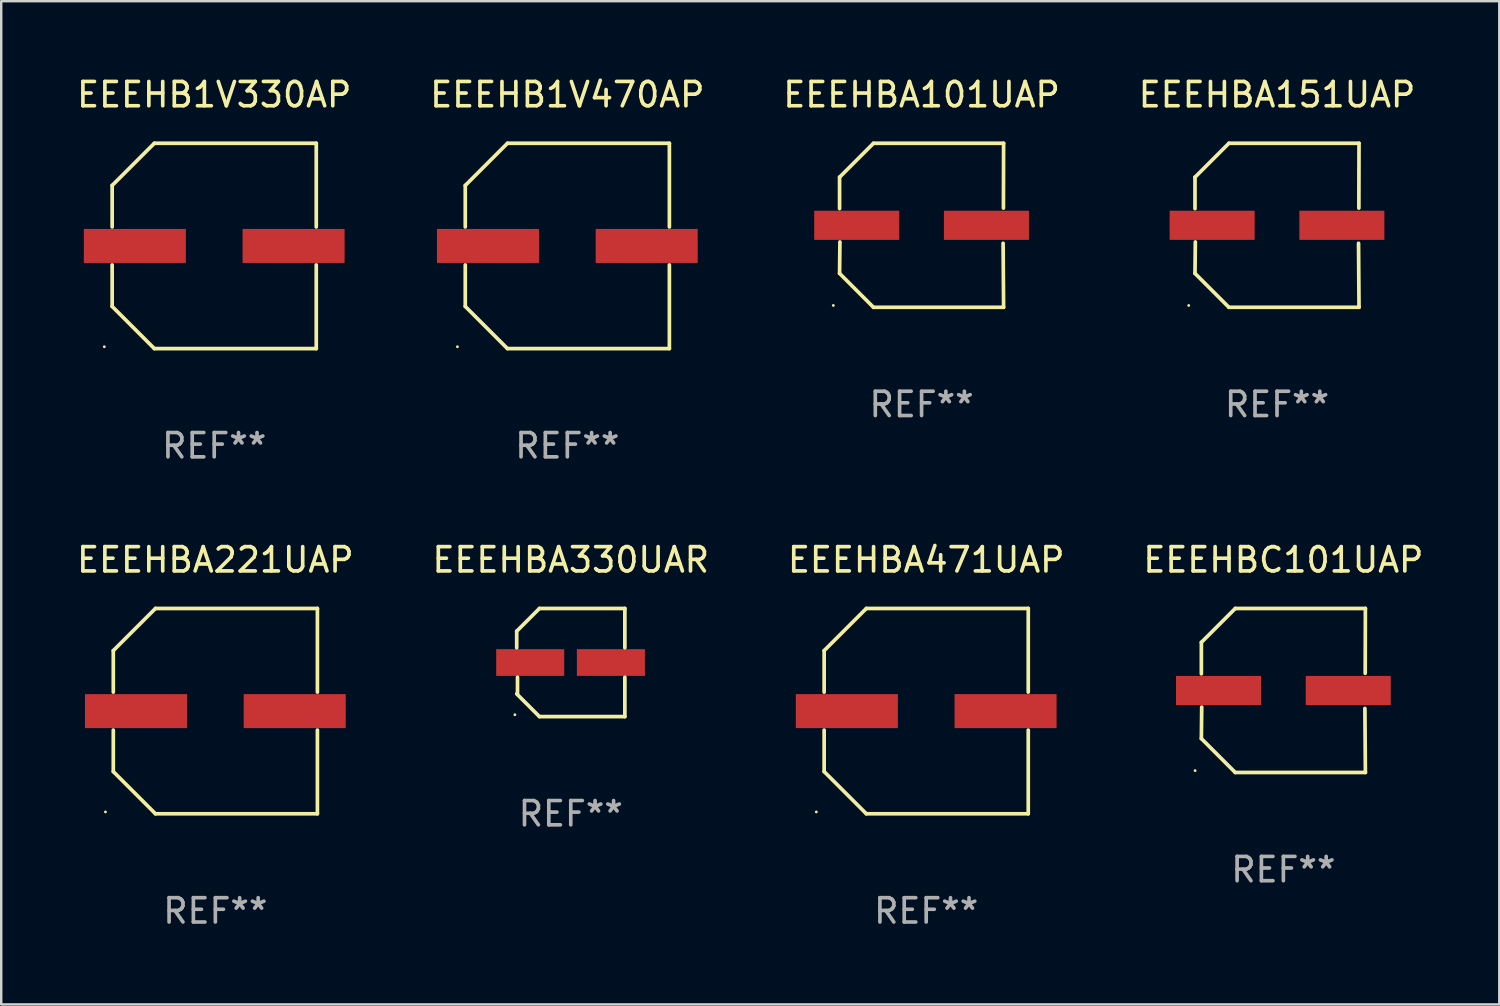
<source format=kicad_pcb>
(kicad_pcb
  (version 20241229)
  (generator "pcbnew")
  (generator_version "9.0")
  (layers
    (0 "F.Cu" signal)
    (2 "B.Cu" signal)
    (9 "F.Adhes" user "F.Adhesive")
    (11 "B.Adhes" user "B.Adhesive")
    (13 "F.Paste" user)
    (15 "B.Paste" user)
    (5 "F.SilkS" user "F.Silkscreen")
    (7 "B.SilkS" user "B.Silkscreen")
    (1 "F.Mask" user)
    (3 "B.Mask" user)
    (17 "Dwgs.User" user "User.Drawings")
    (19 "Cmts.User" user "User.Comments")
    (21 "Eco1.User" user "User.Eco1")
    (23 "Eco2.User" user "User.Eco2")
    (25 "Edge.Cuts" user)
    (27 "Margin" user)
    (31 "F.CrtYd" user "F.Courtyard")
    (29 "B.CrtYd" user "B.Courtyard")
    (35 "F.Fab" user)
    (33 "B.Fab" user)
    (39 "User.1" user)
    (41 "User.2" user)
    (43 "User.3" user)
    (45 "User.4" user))
  (footprint "EEEHBA330UAR"
    (layer "F.Cu")
    (at 20.446 24.223)
    (property "Reference" "EEEHBA330UAR" (at 0 -4.226 0) (layer "F.SilkS") (effects (font (size 1 1) (thickness 0.15))))
    (attr through_hole)
    (fp_line (start -2.226 -1.29) (end -2.226 -0.607) (stroke (width 0.152) (type solid)) (layer "F.SilkS"))
    (fp_line (start -2.193 1.29) (end -2.193 0.607) (stroke (width 0.152) (type solid)) (layer "F.SilkS"))
    (fp_line (start -1.29 2.226) (end -2.226 1.29) (stroke (width 0.152) (type solid)) (layer "F.SilkS"))
    (fp_line (start -1.29 -2.226) (end -2.226 -1.29) (stroke (width 0.152) (type solid)) (layer "F.SilkS"))
    (fp_line (start 2.226 -2.226) (end -1.29 -2.226) (stroke (width 0.152) (type solid)) (layer "F.SilkS"))
    (fp_line (start 2.226 -0.607) (end 2.226 -2.226) (stroke (width 0.152) (type solid)) (layer "F.SilkS"))
    (fp_line (start 2.226 0.607) (end 2.226 2.226) (stroke (width 0.152) (type solid)) (layer "F.SilkS"))
    (fp_line (start 2.226 2.226) (end -1.29 2.226) (stroke (width 0.152) (type solid)) (layer "F.SilkS"))
    (fp_circle (center -2.3 2.15) (end -2.27 2.15) (stroke (width 0.06) (type solid)) (fill no) (layer "F.SilkS"))
    (fp_text user "REF**" (at 0 6.226 0) (layer "F.Fab") (effects (font (size 1 1) (thickness 0.15))))
    (pad "1" smd rect (at -1.67 -0.000025) (size 2.8 1.1) (layers "F.Cu" "F.Mask" "F.Paste"))
    (pad "2" smd rect (at 1.651 -0.000025) (size 2.8 1.1) (layers "F.Cu" "F.Mask" "F.Paste")))
  (footprint "EEEHB1V330AP"
    (layer "F.Cu")
    (at 5.768 7.074)
    (property "Reference" "EEEHB1V330AP" (at 0 -6.226 0) (layer "F.SilkS") (effects (font (size 1 1) (thickness 0.15))))
    (attr through_hole)
    (fp_line (start -4.201 -2.49) (end -4.201 -0.782) (stroke (width 0.152) (type solid)) (layer "F.SilkS"))
    (fp_line (start -4.201 2.49) (end -4.201 0.782) (stroke (width 0.152) (type solid)) (layer "F.SilkS"))
    (fp_line (start -2.465 -4.226) (end -4.201 -2.49) (stroke (width 0.152) (type solid)) (layer "F.SilkS"))
    (fp_line (start -2.465 4.226) (end -4.201 2.49) (stroke (width 0.152) (type solid)) (layer "F.SilkS"))
    (fp_line (start 4.201 -4.226) (end -2.465 -4.226) (stroke (width 0.152) (type solid)) (layer "F.SilkS"))
    (fp_line (start 4.201 -0.782) (end 4.201 -4.226) (stroke (width 0.152) (type solid)) (layer "F.SilkS"))
    (fp_line (start 4.201 0.782) (end 4.201 4.226) (stroke (width 0.152) (type solid)) (layer "F.SilkS"))
    (fp_line (start 4.201 4.226) (end -2.465 4.226) (stroke (width 0.152) (type solid)) (layer "F.SilkS"))
    (fp_circle (center -4.524 4.15) (end -4.494 4.15) (stroke (width 0.06) (type solid)) (fill no) (layer "F.SilkS"))
    (fp_text user "REF**" (at 0 8.226 0) (layer "F.Fab") (effects (font (size 1 1) (thickness 0.15))))
    (pad "1" smd rect (at -3.267 0) (size 4.2 1.4) (layers "F.Cu" "F.Mask" "F.Paste"))
    (pad "2" smd rect (at 3.267 0) (size 4.2 1.4) (layers "F.Cu" "F.Mask" "F.Paste")))
  (footprint "EEEHBA101UAP"
    (layer "F.Cu")
    (at 34.887 6.224)
    (property "Reference" "EEEHBA101UAP" (at 0 -5.376 0) (layer "F.SilkS") (effects (font (size 1 1) (thickness 0.15))))
    (attr through_hole)
    (fp_line (start -3.376 -1.98) (end -3.376 -0.686) (stroke (width 0.152) (type solid)) (layer "F.SilkS"))
    (fp_line (start -3.376 1.981) (end -3.362 0.686) (stroke (width 0.152) (type solid)) (layer "F.SilkS"))
    (fp_line (start -1.981 3.376) (end -3.376 1.981) (stroke (width 0.152) (type solid)) (layer "F.SilkS"))
    (fp_line (start -1.98 -3.376) (end -3.376 -1.98) (stroke (width 0.152) (type solid)) (layer "F.SilkS"))
    (fp_line (start 3.356 0.74) (end 3.376 3.376) (stroke (width 0.152) (type solid)) (layer "F.SilkS"))
    (fp_line (start 3.369 -0.707) (end 3.376 -3.376) (stroke (width 0.152) (type solid)) (layer "F.SilkS"))
    (fp_line (start 3.376 3.376) (end -1.981 3.376) (stroke (width 0.152) (type solid)) (layer "F.SilkS"))
    (fp_line (start 3.376 -3.376) (end -1.98 -3.376) (stroke (width 0.152) (type solid)) (layer "F.SilkS"))
    (fp_circle (center -3.634 3.3) (end -3.604 3.3) (stroke (width 0.06) (type solid)) (fill no) (layer "F.SilkS"))
    (fp_text user "REF**" (at 0 7.376 0) (layer "F.Fab") (effects (font (size 1 1) (thickness 0.15))))
    (pad "1" smd rect (at -2.67 0.000254) (size 3.5 1.2) (layers "F.Cu" "F.Mask" "F.Paste"))
    (pad "2" smd rect (at 2.67 0.000254) (size 3.5 1.2) (layers "F.Cu" "F.Mask" "F.Paste")))
  (footprint "EEEHB1V470AP"
    (layer "F.Cu")
    (at 20.304 7.074)
    (property "Reference" "EEEHB1V470AP" (at 0 -6.226 0) (layer "F.SilkS") (effects (font (size 1 1) (thickness 0.15))))
    (attr through_hole)
    (fp_line (start -4.201 -2.49) (end -4.201 -0.782) (stroke (width 0.152) (type solid)) (layer "F.SilkS"))
    (fp_line (start -4.201 2.49) (end -4.201 0.782) (stroke (width 0.152) (type solid)) (layer "F.SilkS"))
    (fp_line (start -2.465 -4.226) (end -4.201 -2.49) (stroke (width 0.152) (type solid)) (layer "F.SilkS"))
    (fp_line (start -2.465 4.226) (end -4.201 2.49) (stroke (width 0.152) (type solid)) (layer "F.SilkS"))
    (fp_line (start 4.201 -4.226) (end -2.465 -4.226) (stroke (width 0.152) (type solid)) (layer "F.SilkS"))
    (fp_line (start 4.201 -0.782) (end 4.201 -4.226) (stroke (width 0.152) (type solid)) (layer "F.SilkS"))
    (fp_line (start 4.201 0.782) (end 4.201 4.226) (stroke (width 0.152) (type solid)) (layer "F.SilkS"))
    (fp_line (start 4.201 4.226) (end -2.465 4.226) (stroke (width 0.152) (type solid)) (layer "F.SilkS"))
    (fp_circle (center -4.524 4.15) (end -4.494 4.15) (stroke (width 0.06) (type solid)) (fill no) (layer "F.SilkS"))
    (fp_text user "REF**" (at 0 8.226 0) (layer "F.Fab") (effects (font (size 1 1) (thickness 0.15))))
    (pad "1" smd rect (at -3.267 0) (size 4.2 1.4) (layers "F.Cu" "F.Mask" "F.Paste"))
    (pad "2" smd rect (at 3.267 0) (size 4.2 1.4) (layers "F.Cu" "F.Mask" "F.Paste")))
  (footprint "EEEHBC101UAP"
    (layer "F.Cu")
    (at 49.78 25.373)
    (property "Reference" "EEEHBC101UAP" (at 0 -5.376 0) (layer "F.SilkS") (effects (font (size 1 1) (thickness 0.15))))
    (attr through_hole)
    (fp_line (start -3.376 -1.98) (end -3.376 -0.686) (stroke (width 0.152) (type solid)) (layer "F.SilkS"))
    (fp_line (start -3.376 1.981) (end -3.362 0.686) (stroke (width 0.152) (type solid)) (layer "F.SilkS"))
    (fp_line (start -1.981 3.376) (end -3.376 1.981) (stroke (width 0.152) (type solid)) (layer "F.SilkS"))
    (fp_line (start -1.98 -3.376) (end -3.376 -1.98) (stroke (width 0.152) (type solid)) (layer "F.SilkS"))
    (fp_line (start 3.356 0.74) (end 3.376 3.376) (stroke (width 0.152) (type solid)) (layer "F.SilkS"))
    (fp_line (start 3.369 -0.707) (end 3.376 -3.376) (stroke (width 0.152) (type solid)) (layer "F.SilkS"))
    (fp_line (start 3.376 3.376) (end -1.981 3.376) (stroke (width 0.152) (type solid)) (layer "F.SilkS"))
    (fp_line (start 3.376 -3.376) (end -1.98 -3.376) (stroke (width 0.152) (type solid)) (layer "F.SilkS"))
    (fp_circle (center -3.634 3.3) (end -3.604 3.3) (stroke (width 0.06) (type solid)) (fill no) (layer "F.SilkS"))
    (fp_text user "REF**" (at 0 7.376 0) (layer "F.Fab") (effects (font (size 1 1) (thickness 0.15))))
    (pad "1" smd rect (at -2.67 0.000254) (size 3.5 1.2) (layers "F.Cu" "F.Mask" "F.Paste"))
    (pad "2" smd rect (at 2.67 0.000254) (size 3.5 1.2) (layers "F.Cu" "F.Mask" "F.Paste")))
  (footprint "EEEHBA221UAP"
    (layer "F.Cu")
    (at 5.815 26.223)
    (property "Reference" "EEEHBA221UAP" (at 0 -6.226 0) (layer "F.SilkS") (effects (font (size 1 1) (thickness 0.15))))
    (attr through_hole)
    (fp_line (start -4.201 -2.49) (end -4.201 -0.782) (stroke (width 0.152) (type solid)) (layer "F.SilkS"))
    (fp_line (start -4.201 2.49) (end -4.201 0.782) (stroke (width 0.152) (type solid)) (layer "F.SilkS"))
    (fp_line (start -2.465 -4.226) (end -4.201 -2.49) (stroke (width 0.152) (type solid)) (layer "F.SilkS"))
    (fp_line (start -2.465 4.226) (end -4.201 2.49) (stroke (width 0.152) (type solid)) (layer "F.SilkS"))
    (fp_line (start 4.201 -4.226) (end -2.465 -4.226) (stroke (width 0.152) (type solid)) (layer "F.SilkS"))
    (fp_line (start 4.201 -0.782) (end 4.201 -4.226) (stroke (width 0.152) (type solid)) (layer "F.SilkS"))
    (fp_line (start 4.201 0.782) (end 4.201 4.226) (stroke (width 0.152) (type solid)) (layer "F.SilkS"))
    (fp_line (start 4.201 4.226) (end -2.465 4.226) (stroke (width 0.152) (type solid)) (layer "F.SilkS"))
    (fp_circle (center -4.524 4.15) (end -4.494 4.15) (stroke (width 0.06) (type solid)) (fill no) (layer "F.SilkS"))
    (fp_text user "REF**" (at 0 8.226 0) (layer "F.Fab") (effects (font (size 1 1) (thickness 0.15))))
    (pad "1" smd rect (at -3.267 0) (size 4.2 1.4) (layers "F.Cu" "F.Mask" "F.Paste"))
    (pad "2" smd rect (at 3.267 0) (size 4.2 1.4) (layers "F.Cu" "F.Mask" "F.Paste")))
  (footprint "EEEHBA151UAP"
    (layer "F.Cu")
    (at 49.518 6.224)
    (property "Reference" "EEEHBA151UAP" (at 0 -5.376 0) (layer "F.SilkS") (effects (font (size 1 1) (thickness 0.15))))
    (attr through_hole)
    (fp_line (start -3.376 -1.98) (end -3.376 -0.686) (stroke (width 0.152) (type solid)) (layer "F.SilkS"))
    (fp_line (start -3.376 1.981) (end -3.362 0.686) (stroke (width 0.152) (type solid)) (layer "F.SilkS"))
    (fp_line (start -1.981 3.376) (end -3.376 1.981) (stroke (width 0.152) (type solid)) (layer "F.SilkS"))
    (fp_line (start -1.98 -3.376) (end -3.376 -1.98) (stroke (width 0.152) (type solid)) (layer "F.SilkS"))
    (fp_line (start 3.356 0.74) (end 3.376 3.376) (stroke (width 0.152) (type solid)) (layer "F.SilkS"))
    (fp_line (start 3.369 -0.707) (end 3.376 -3.376) (stroke (width 0.152) (type solid)) (layer "F.SilkS"))
    (fp_line (start 3.376 3.376) (end -1.981 3.376) (stroke (width 0.152) (type solid)) (layer "F.SilkS"))
    (fp_line (start 3.376 -3.376) (end -1.98 -3.376) (stroke (width 0.152) (type solid)) (layer "F.SilkS"))
    (fp_circle (center -3.634 3.3) (end -3.604 3.3) (stroke (width 0.06) (type solid)) (fill no) (layer "F.SilkS"))
    (fp_text user "REF**" (at 0 7.376 0) (layer "F.Fab") (effects (font (size 1 1) (thickness 0.15))))
    (pad "1" smd rect (at -2.67 0.000254) (size 3.5 1.2) (layers "F.Cu" "F.Mask" "F.Paste"))
    (pad "2" smd rect (at 2.67 0.000254) (size 3.5 1.2) (layers "F.Cu" "F.Mask" "F.Paste")))
  (footprint "EEEHBA471UAP"
    (layer "F.Cu")
    (at 35.077 26.223)
    (property "Reference" "EEEHBA471UAP" (at 0 -6.226 0) (layer "F.SilkS") (effects (font (size 1 1) (thickness 0.15))))
    (attr through_hole)
    (fp_line (start -4.201 -2.49) (end -4.201 -0.782) (stroke (width 0.152) (type solid)) (layer "F.SilkS"))
    (fp_line (start -4.201 2.49) (end -4.201 0.782) (stroke (width 0.152) (type solid)) (layer "F.SilkS"))
    (fp_line (start -2.465 -4.226) (end -4.201 -2.49) (stroke (width 0.152) (type solid)) (layer "F.SilkS"))
    (fp_line (start -2.465 4.226) (end -4.201 2.49) (stroke (width 0.152) (type solid)) (layer "F.SilkS"))
    (fp_line (start 4.201 -4.226) (end -2.465 -4.226) (stroke (width 0.152) (type solid)) (layer "F.SilkS"))
    (fp_line (start 4.201 -0.782) (end 4.201 -4.226) (stroke (width 0.152) (type solid)) (layer "F.SilkS"))
    (fp_line (start 4.201 0.782) (end 4.201 4.226) (stroke (width 0.152) (type solid)) (layer "F.SilkS"))
    (fp_line (start 4.201 4.226) (end -2.465 4.226) (stroke (width 0.152) (type solid)) (layer "F.SilkS"))
    (fp_circle (center -4.524 4.15) (end -4.494 4.15) (stroke (width 0.06) (type solid)) (fill no) (layer "F.SilkS"))
    (fp_text user "REF**" (at 0 8.226 0) (layer "F.Fab") (effects (font (size 1 1) (thickness 0.15))))
    (pad "1" smd rect (at -3.267 0) (size 4.2 1.4) (layers "F.Cu" "F.Mask" "F.Paste"))
    (pad "2" smd rect (at 3.267 0) (size 4.2 1.4) (layers "F.Cu" "F.Mask" "F.Paste")))
  (gr_rect
    (start -3 -3)
    (end 58.667 38.298)
    (stroke (width 0.1) (type default))
    (fill no)
    (layer "Edge.Cuts")))
</source>
